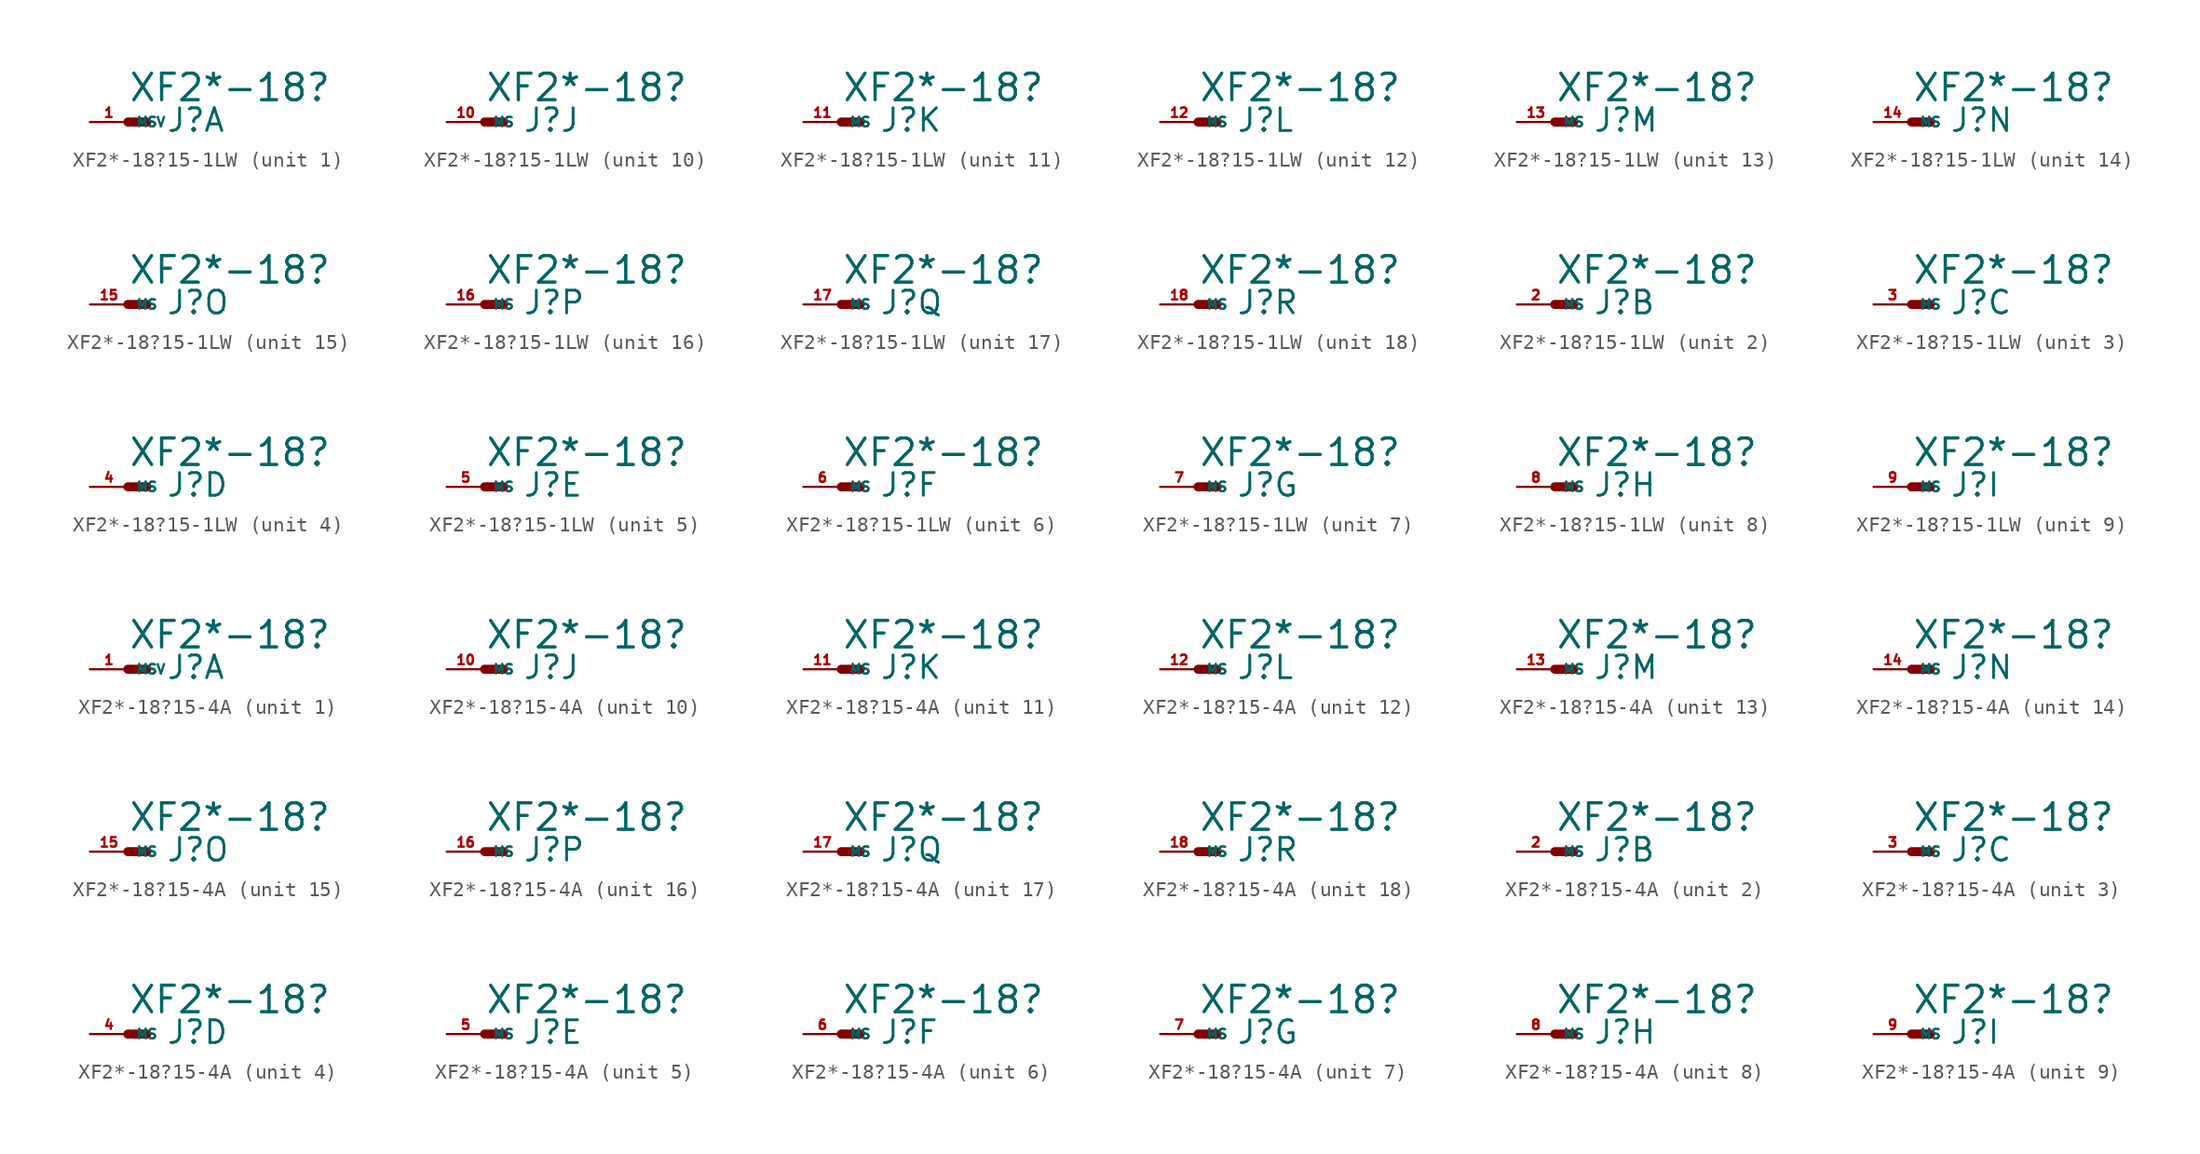
<source format=kicad_sym>
(kicad_symbol_lib
  (version 20220914)
  (generator Eagle2Kicad)
  (symbol "XF2*-18?15-1LW"
    (property "Reference" "J"
      (at 2.54 -0.762 0)
      (effects (font (size 1.524 1.524) (thickness 0.19)) (justify left bottom)))
    (property "Value" "XF2*-18?"
      (at 0 1.27 0)
      (effects (font (size 1.778 1.778) (thickness 0.22)) (justify left bottom)))
    (symbol "XF2*-18?15-1LW_1_0"
      (polyline (pts (xy 0 0) (xy 1.27 0)) (stroke (width 0.61) (type default)) (fill (type none)))
      (pin passive line (at -2.54 0 0) (length 2.54) (name "MSV" (effects (font (size 0.635 0.635) (thickness 0.08)) (justify left bottom))) (number "1" (effects (font (size 0.635 0.635) (thickness 0.08)) (justify left bottom)))))
    (symbol "XF2*-18?15-1LW_2_0"
      (polyline (pts (xy 0 0) (xy 1.27 0)) (stroke (width 0.61) (type default)) (fill (type none)))
      (pin passive line (at -2.54 0 0) (length 2.54) (name "MS" (effects (font (size 0.635 0.635) (thickness 0.08)) (justify left bottom))) (number "2" (effects (font (size 0.635 0.635) (thickness 0.08)) (justify left bottom)))))
    (symbol "XF2*-18?15-1LW_3_0"
      (polyline (pts (xy 0 0) (xy 1.27 0)) (stroke (width 0.61) (type default)) (fill (type none)))
      (pin passive line (at -2.54 0 0) (length 2.54) (name "MS" (effects (font (size 0.635 0.635) (thickness 0.08)) (justify left bottom))) (number "3" (effects (font (size 0.635 0.635) (thickness 0.08)) (justify left bottom)))))
    (symbol "XF2*-18?15-1LW_4_0"
      (polyline (pts (xy 0 0) (xy 1.27 0)) (stroke (width 0.61) (type default)) (fill (type none)))
      (pin passive line (at -2.54 0 0) (length 2.54) (name "MS" (effects (font (size 0.635 0.635) (thickness 0.08)) (justify left bottom))) (number "4" (effects (font (size 0.635 0.635) (thickness 0.08)) (justify left bottom)))))
    (symbol "XF2*-18?15-1LW_5_0"
      (polyline (pts (xy 0 0) (xy 1.27 0)) (stroke (width 0.61) (type default)) (fill (type none)))
      (pin passive line (at -2.54 0 0) (length 2.54) (name "MS" (effects (font (size 0.635 0.635) (thickness 0.08)) (justify left bottom))) (number "5" (effects (font (size 0.635 0.635) (thickness 0.08)) (justify left bottom)))))
    (symbol "XF2*-18?15-1LW_6_0"
      (polyline (pts (xy 0 0) (xy 1.27 0)) (stroke (width 0.61) (type default)) (fill (type none)))
      (pin passive line (at -2.54 0 0) (length 2.54) (name "MS" (effects (font (size 0.635 0.635) (thickness 0.08)) (justify left bottom))) (number "6" (effects (font (size 0.635 0.635) (thickness 0.08)) (justify left bottom)))))
    (symbol "XF2*-18?15-1LW_7_0"
      (polyline (pts (xy 0 0) (xy 1.27 0)) (stroke (width 0.61) (type default)) (fill (type none)))
      (pin passive line (at -2.54 0 0) (length 2.54) (name "MS" (effects (font (size 0.635 0.635) (thickness 0.08)) (justify left bottom))) (number "7" (effects (font (size 0.635 0.635) (thickness 0.08)) (justify left bottom)))))
    (symbol "XF2*-18?15-1LW_8_0"
      (polyline (pts (xy 0 0) (xy 1.27 0)) (stroke (width 0.61) (type default)) (fill (type none)))
      (pin passive line (at -2.54 0 0) (length 2.54) (name "MS" (effects (font (size 0.635 0.635) (thickness 0.08)) (justify left bottom))) (number "8" (effects (font (size 0.635 0.635) (thickness 0.08)) (justify left bottom)))))
    (symbol "XF2*-18?15-1LW_9_0"
      (polyline (pts (xy 0 0) (xy 1.27 0)) (stroke (width 0.61) (type default)) (fill (type none)))
      (pin passive line (at -2.54 0 0) (length 2.54) (name "MS" (effects (font (size 0.635 0.635) (thickness 0.08)) (justify left bottom))) (number "9" (effects (font (size 0.635 0.635) (thickness 0.08)) (justify left bottom)))))
    (symbol "XF2*-18?15-1LW_10_0"
      (polyline (pts (xy 0 0) (xy 1.27 0)) (stroke (width 0.61) (type default)) (fill (type none)))
      (pin passive line (at -2.54 0 0) (length 2.54) (name "MS" (effects (font (size 0.635 0.635) (thickness 0.08)) (justify left bottom))) (number "10" (effects (font (size 0.635 0.635) (thickness 0.08)) (justify left bottom)))))
    (symbol "XF2*-18?15-1LW_11_0"
      (polyline (pts (xy 0 0) (xy 1.27 0)) (stroke (width 0.61) (type default)) (fill (type none)))
      (pin passive line (at -2.54 0 0) (length 2.54) (name "MS" (effects (font (size 0.635 0.635) (thickness 0.08)) (justify left bottom))) (number "11" (effects (font (size 0.635 0.635) (thickness 0.08)) (justify left bottom)))))
    (symbol "XF2*-18?15-1LW_12_0"
      (polyline (pts (xy 0 0) (xy 1.27 0)) (stroke (width 0.61) (type default)) (fill (type none)))
      (pin passive line (at -2.54 0 0) (length 2.54) (name "MS" (effects (font (size 0.635 0.635) (thickness 0.08)) (justify left bottom))) (number "12" (effects (font (size 0.635 0.635) (thickness 0.08)) (justify left bottom)))))
    (symbol "XF2*-18?15-1LW_13_0"
      (polyline (pts (xy 0 0) (xy 1.27 0)) (stroke (width 0.61) (type default)) (fill (type none)))
      (pin passive line (at -2.54 0 0) (length 2.54) (name "MS" (effects (font (size 0.635 0.635) (thickness 0.08)) (justify left bottom))) (number "13" (effects (font (size 0.635 0.635) (thickness 0.08)) (justify left bottom)))))
    (symbol "XF2*-18?15-1LW_14_0"
      (polyline (pts (xy 0 0) (xy 1.27 0)) (stroke (width 0.61) (type default)) (fill (type none)))
      (pin passive line (at -2.54 0 0) (length 2.54) (name "MS" (effects (font (size 0.635 0.635) (thickness 0.08)) (justify left bottom))) (number "14" (effects (font (size 0.635 0.635) (thickness 0.08)) (justify left bottom)))))
    (symbol "XF2*-18?15-1LW_15_0"
      (polyline (pts (xy 0 0) (xy 1.27 0)) (stroke (width 0.61) (type default)) (fill (type none)))
      (pin passive line (at -2.54 0 0) (length 2.54) (name "MS" (effects (font (size 0.635 0.635) (thickness 0.08)) (justify left bottom))) (number "15" (effects (font (size 0.635 0.635) (thickness 0.08)) (justify left bottom)))))
    (symbol "XF2*-18?15-1LW_16_0"
      (polyline (pts (xy 0 0) (xy 1.27 0)) (stroke (width 0.61) (type default)) (fill (type none)))
      (pin passive line (at -2.54 0 0) (length 2.54) (name "MS" (effects (font (size 0.635 0.635) (thickness 0.08)) (justify left bottom))) (number "16" (effects (font (size 0.635 0.635) (thickness 0.08)) (justify left bottom)))))
    (symbol "XF2*-18?15-1LW_17_0"
      (polyline (pts (xy 0 0) (xy 1.27 0)) (stroke (width 0.61) (type default)) (fill (type none)))
      (pin passive line (at -2.54 0 0) (length 2.54) (name "MS" (effects (font (size 0.635 0.635) (thickness 0.08)) (justify left bottom))) (number "17" (effects (font (size 0.635 0.635) (thickness 0.08)) (justify left bottom)))))
    (symbol "XF2*-18?15-1LW_18_0"
      (polyline (pts (xy 0 0) (xy 1.27 0)) (stroke (width 0.61) (type default)) (fill (type none)))
      (pin passive line (at -2.54 0 0) (length 2.54) (name "MS" (effects (font (size 0.635 0.635) (thickness 0.08)) (justify left bottom))) (number "18" (effects (font (size 0.635 0.635) (thickness 0.08)) (justify left bottom))))))
  (symbol "XF2*-18?15-4A"
    (property "Reference" "J"
      (at 2.54 -0.762 0)
      (effects (font (size 1.524 1.524) (thickness 0.19)) (justify left bottom)))
    (property "Value" "XF2*-18?"
      (at 0 1.27 0)
      (effects (font (size 1.778 1.778) (thickness 0.22)) (justify left bottom)))
    (symbol "XF2*-18?15-4A_1_0"
      (polyline (pts (xy 0 0) (xy 1.27 0)) (stroke (width 0.61) (type default)) (fill (type none)))
      (pin passive line (at -2.54 0 0) (length 2.54) (name "MSV" (effects (font (size 0.635 0.635) (thickness 0.08)) (justify left bottom))) (number "1" (effects (font (size 0.635 0.635) (thickness 0.08)) (justify left bottom)))))
    (symbol "XF2*-18?15-4A_2_0"
      (polyline (pts (xy 0 0) (xy 1.27 0)) (stroke (width 0.61) (type default)) (fill (type none)))
      (pin passive line (at -2.54 0 0) (length 2.54) (name "MS" (effects (font (size 0.635 0.635) (thickness 0.08)) (justify left bottom))) (number "2" (effects (font (size 0.635 0.635) (thickness 0.08)) (justify left bottom)))))
    (symbol "XF2*-18?15-4A_3_0"
      (polyline (pts (xy 0 0) (xy 1.27 0)) (stroke (width 0.61) (type default)) (fill (type none)))
      (pin passive line (at -2.54 0 0) (length 2.54) (name "MS" (effects (font (size 0.635 0.635) (thickness 0.08)) (justify left bottom))) (number "3" (effects (font (size 0.635 0.635) (thickness 0.08)) (justify left bottom)))))
    (symbol "XF2*-18?15-4A_4_0"
      (polyline (pts (xy 0 0) (xy 1.27 0)) (stroke (width 0.61) (type default)) (fill (type none)))
      (pin passive line (at -2.54 0 0) (length 2.54) (name "MS" (effects (font (size 0.635 0.635) (thickness 0.08)) (justify left bottom))) (number "4" (effects (font (size 0.635 0.635) (thickness 0.08)) (justify left bottom)))))
    (symbol "XF2*-18?15-4A_5_0"
      (polyline (pts (xy 0 0) (xy 1.27 0)) (stroke (width 0.61) (type default)) (fill (type none)))
      (pin passive line (at -2.54 0 0) (length 2.54) (name "MS" (effects (font (size 0.635 0.635) (thickness 0.08)) (justify left bottom))) (number "5" (effects (font (size 0.635 0.635) (thickness 0.08)) (justify left bottom)))))
    (symbol "XF2*-18?15-4A_6_0"
      (polyline (pts (xy 0 0) (xy 1.27 0)) (stroke (width 0.61) (type default)) (fill (type none)))
      (pin passive line (at -2.54 0 0) (length 2.54) (name "MS" (effects (font (size 0.635 0.635) (thickness 0.08)) (justify left bottom))) (number "6" (effects (font (size 0.635 0.635) (thickness 0.08)) (justify left bottom)))))
    (symbol "XF2*-18?15-4A_7_0"
      (polyline (pts (xy 0 0) (xy 1.27 0)) (stroke (width 0.61) (type default)) (fill (type none)))
      (pin passive line (at -2.54 0 0) (length 2.54) (name "MS" (effects (font (size 0.635 0.635) (thickness 0.08)) (justify left bottom))) (number "7" (effects (font (size 0.635 0.635) (thickness 0.08)) (justify left bottom)))))
    (symbol "XF2*-18?15-4A_8_0"
      (polyline (pts (xy 0 0) (xy 1.27 0)) (stroke (width 0.61) (type default)) (fill (type none)))
      (pin passive line (at -2.54 0 0) (length 2.54) (name "MS" (effects (font (size 0.635 0.635) (thickness 0.08)) (justify left bottom))) (number "8" (effects (font (size 0.635 0.635) (thickness 0.08)) (justify left bottom)))))
    (symbol "XF2*-18?15-4A_9_0"
      (polyline (pts (xy 0 0) (xy 1.27 0)) (stroke (width 0.61) (type default)) (fill (type none)))
      (pin passive line (at -2.54 0 0) (length 2.54) (name "MS" (effects (font (size 0.635 0.635) (thickness 0.08)) (justify left bottom))) (number "9" (effects (font (size 0.635 0.635) (thickness 0.08)) (justify left bottom)))))
    (symbol "XF2*-18?15-4A_10_0"
      (polyline (pts (xy 0 0) (xy 1.27 0)) (stroke (width 0.61) (type default)) (fill (type none)))
      (pin passive line (at -2.54 0 0) (length 2.54) (name "MS" (effects (font (size 0.635 0.635) (thickness 0.08)) (justify left bottom))) (number "10" (effects (font (size 0.635 0.635) (thickness 0.08)) (justify left bottom)))))
    (symbol "XF2*-18?15-4A_11_0"
      (polyline (pts (xy 0 0) (xy 1.27 0)) (stroke (width 0.61) (type default)) (fill (type none)))
      (pin passive line (at -2.54 0 0) (length 2.54) (name "MS" (effects (font (size 0.635 0.635) (thickness 0.08)) (justify left bottom))) (number "11" (effects (font (size 0.635 0.635) (thickness 0.08)) (justify left bottom)))))
    (symbol "XF2*-18?15-4A_12_0"
      (polyline (pts (xy 0 0) (xy 1.27 0)) (stroke (width 0.61) (type default)) (fill (type none)))
      (pin passive line (at -2.54 0 0) (length 2.54) (name "MS" (effects (font (size 0.635 0.635) (thickness 0.08)) (justify left bottom))) (number "12" (effects (font (size 0.635 0.635) (thickness 0.08)) (justify left bottom)))))
    (symbol "XF2*-18?15-4A_13_0"
      (polyline (pts (xy 0 0) (xy 1.27 0)) (stroke (width 0.61) (type default)) (fill (type none)))
      (pin passive line (at -2.54 0 0) (length 2.54) (name "MS" (effects (font (size 0.635 0.635) (thickness 0.08)) (justify left bottom))) (number "13" (effects (font (size 0.635 0.635) (thickness 0.08)) (justify left bottom)))))
    (symbol "XF2*-18?15-4A_14_0"
      (polyline (pts (xy 0 0) (xy 1.27 0)) (stroke (width 0.61) (type default)) (fill (type none)))
      (pin passive line (at -2.54 0 0) (length 2.54) (name "MS" (effects (font (size 0.635 0.635) (thickness 0.08)) (justify left bottom))) (number "14" (effects (font (size 0.635 0.635) (thickness 0.08)) (justify left bottom)))))
    (symbol "XF2*-18?15-4A_15_0"
      (polyline (pts (xy 0 0) (xy 1.27 0)) (stroke (width 0.61) (type default)) (fill (type none)))
      (pin passive line (at -2.54 0 0) (length 2.54) (name "MS" (effects (font (size 0.635 0.635) (thickness 0.08)) (justify left bottom))) (number "15" (effects (font (size 0.635 0.635) (thickness 0.08)) (justify left bottom)))))
    (symbol "XF2*-18?15-4A_16_0"
      (polyline (pts (xy 0 0) (xy 1.27 0)) (stroke (width 0.61) (type default)) (fill (type none)))
      (pin passive line (at -2.54 0 0) (length 2.54) (name "MS" (effects (font (size 0.635 0.635) (thickness 0.08)) (justify left bottom))) (number "16" (effects (font (size 0.635 0.635) (thickness 0.08)) (justify left bottom)))))
    (symbol "XF2*-18?15-4A_17_0"
      (polyline (pts (xy 0 0) (xy 1.27 0)) (stroke (width 0.61) (type default)) (fill (type none)))
      (pin passive line (at -2.54 0 0) (length 2.54) (name "MS" (effects (font (size 0.635 0.635) (thickness 0.08)) (justify left bottom))) (number "17" (effects (font (size 0.635 0.635) (thickness 0.08)) (justify left bottom)))))
    (symbol "XF2*-18?15-4A_18_0"
      (polyline (pts (xy 0 0) (xy 1.27 0)) (stroke (width 0.61) (type default)) (fill (type none)))
      (pin passive line (at -2.54 0 0) (length 2.54) (name "MS" (effects (font (size 0.635 0.635) (thickness 0.08)) (justify left bottom))) (number "18" (effects (font (size 0.635 0.635) (thickness 0.08)) (justify left bottom)))))))
</source>
